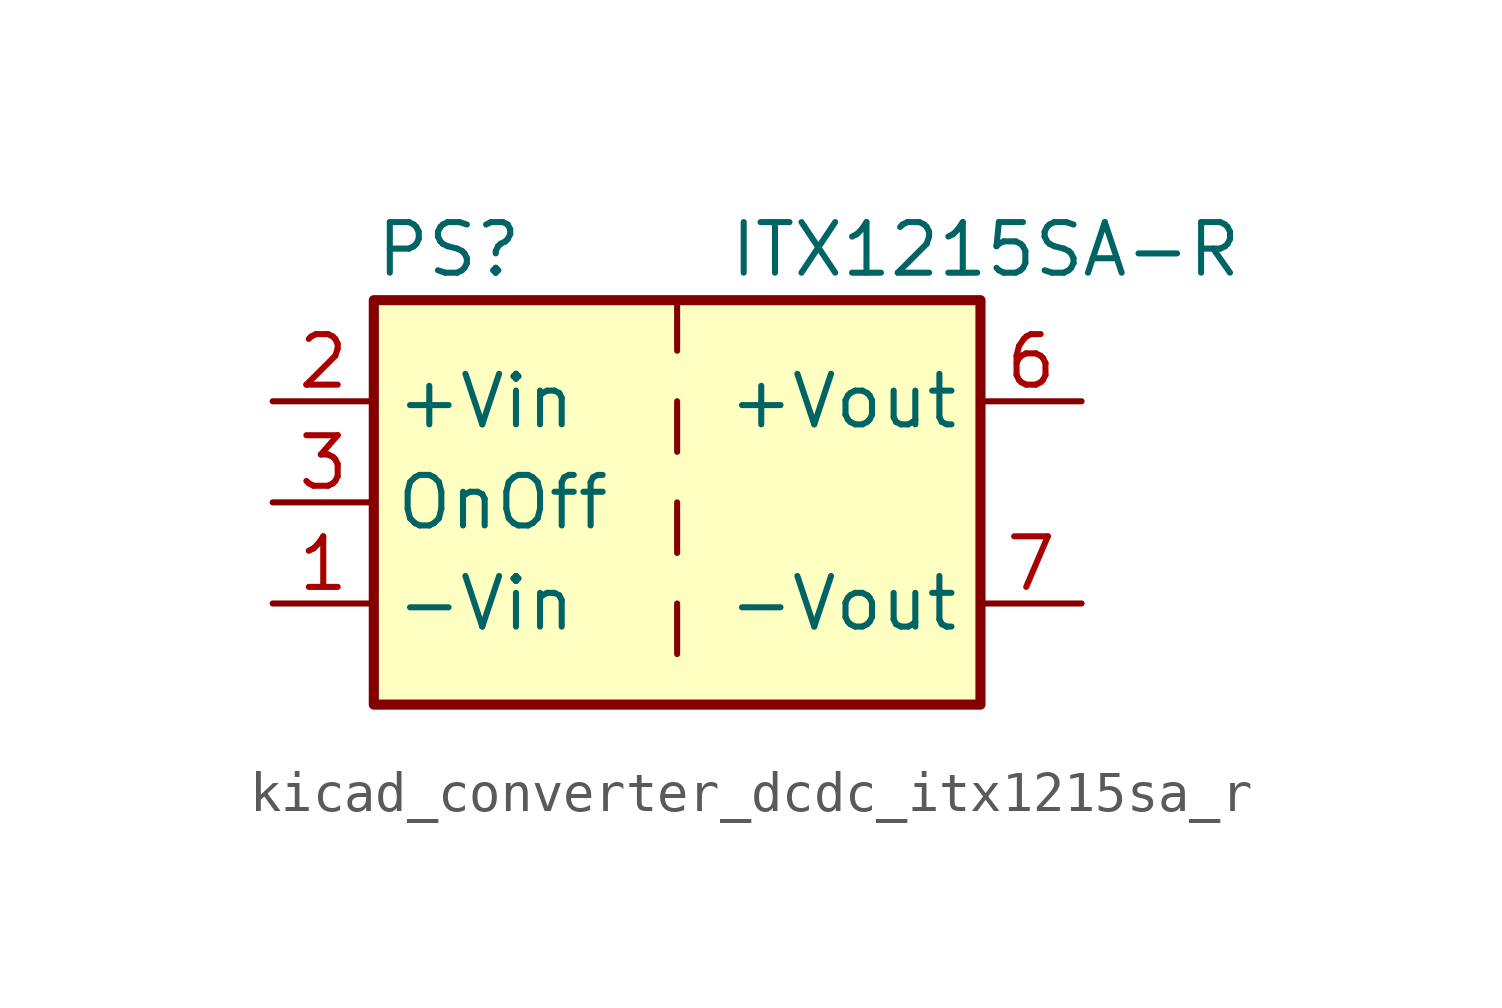
<source format=kicad_sym>
(kicad_symbol_lib
  (version 20220914)
  (generator kicad_symbol_editor)
  (symbol "kicad_converter_dcdc_itx1215sa_r"
    (property "Reference" "PS"
      (at -7.62 6.35 0)
      (effects (font (size 1.27 1.27)) (justify left)))
    (property "Value" "ITX1215SA-R"
      (at 1.27 6.35 0)
      (effects (font (size 1.27 1.27)) (justify left)))
    (symbol "kicad_converter_dcdc_itx1215sa_r_0_0"
      (pin power_in line (at -10.16 -2.54 0) (length 2.54) (name "-Vin" (effects (font (size 1.27 1.27)))) (number "1" (effects (font (size 1.27 1.27)))))
      (pin power_in line (at -10.16 2.54 0) (length 2.54) (name "+Vin" (effects (font (size 1.27 1.27)))) (number "2" (effects (font (size 1.27 1.27)))))
      (pin input line (at -10.16 0 0) (length 2.54) (name "OnOff" (effects (font (size 1.27 1.27)))) (number "3" (effects (font (size 1.27 1.27)))))
      (pin no_connect line (at 0 5.08 270) (length 2.54) hide (name "NC" (effects (font (size 1.27 1.27)))) (number "5" (effects (font (size 1.27 1.27)))))
      (pin power_out line (at 10.16 2.54 180) (length 2.54) (name "+Vout" (effects (font (size 1.27 1.27)))) (number "6" (effects (font (size 1.27 1.27)))))
      (pin power_out line (at 10.16 -2.54 180) (length 2.54) (name "-Vout" (effects (font (size 1.27 1.27)))) (number "7" (effects (font (size 1.27 1.27)))))
      (pin no_connect line (at 7.62 0 180) (length 2.54) hide (name "NC" (effects (font (size 1.27 1.27)))) (number "8" (effects (font (size 1.27 1.27))))))
    (symbol "kicad_converter_dcdc_itx1215sa_r_0_1"
      (rectangle (start -7.62 5.08) (end 7.62 -5.08) (stroke (width 0.254) (type default)) (fill (type background)))
      (polyline (pts (xy 0 -2.54) (xy 0 -3.81)) (stroke (width 0) (type default)) (fill (type none)))
      (polyline (pts (xy 0 0) (xy 0 -1.27)) (stroke (width 0) (type default)) (fill (type none)))
      (polyline (pts (xy 0 2.54) (xy 0 1.27)) (stroke (width 0) (type default)) (fill (type none)))
      (polyline (pts (xy 0 5.08) (xy 0 3.81)) (stroke (width 0) (type default)) (fill (type none))))))
</source>
